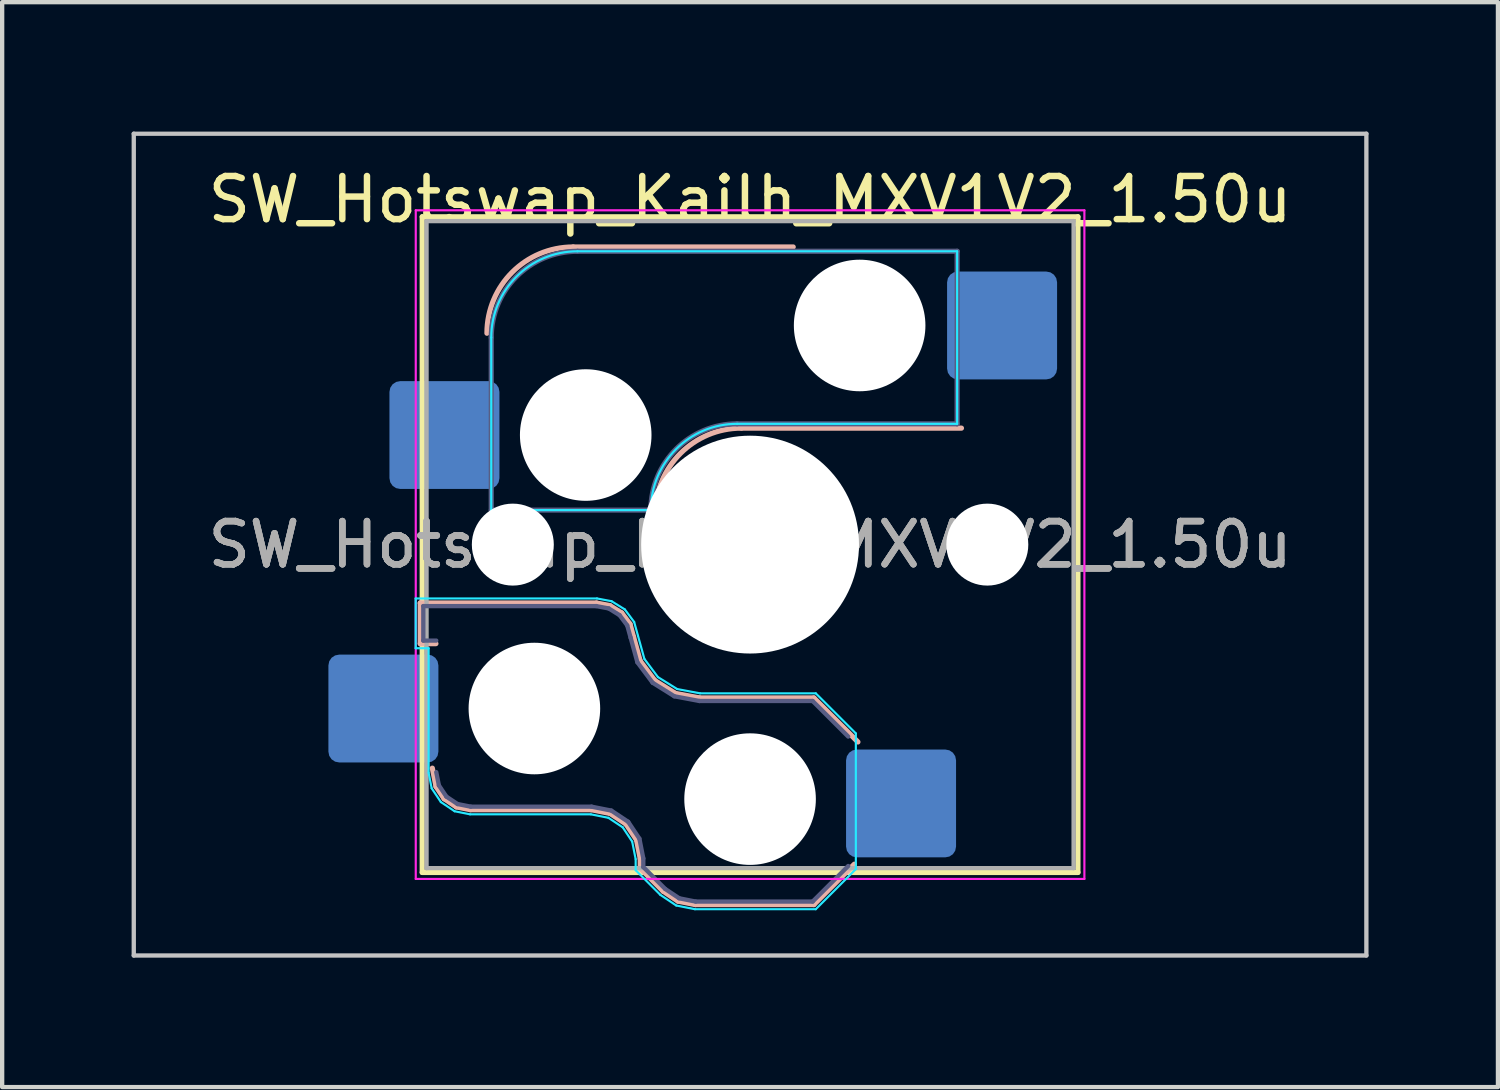
<source format=kicad_pcb>
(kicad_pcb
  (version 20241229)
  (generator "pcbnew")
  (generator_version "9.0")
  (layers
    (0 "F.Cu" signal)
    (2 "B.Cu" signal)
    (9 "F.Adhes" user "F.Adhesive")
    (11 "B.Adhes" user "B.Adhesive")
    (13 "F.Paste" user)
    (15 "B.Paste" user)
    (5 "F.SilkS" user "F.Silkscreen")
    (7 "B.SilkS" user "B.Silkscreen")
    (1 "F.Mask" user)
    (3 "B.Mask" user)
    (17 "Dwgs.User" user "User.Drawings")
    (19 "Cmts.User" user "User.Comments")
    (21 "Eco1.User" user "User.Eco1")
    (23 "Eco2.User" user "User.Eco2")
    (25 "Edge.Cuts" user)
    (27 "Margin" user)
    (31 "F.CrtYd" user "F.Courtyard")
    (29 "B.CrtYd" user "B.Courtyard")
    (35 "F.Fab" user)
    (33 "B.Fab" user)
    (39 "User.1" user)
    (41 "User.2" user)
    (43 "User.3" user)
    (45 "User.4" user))
  (footprint "SW_Hotswap_Kailh_MXV1V2_1.50u"
    (layer "F.Cu")
    (at 14.338 9.575)
    (property "Reference" "SW_Hotswap_Kailh_MXV1V2_1.50u" (at 0 -8 0) (layer "F.SilkS") (effects (font (size 1 1) (thickness 0.15))))
    (attr smd)
    (fp_line (start -7.6 -7.6) (end -7.6 7.6) (stroke (width 0.12) (type solid)) (layer "F.SilkS"))
    (fp_line (start -7.6 7.6) (end 7.6 7.6) (stroke (width 0.12) (type solid)) (layer "F.SilkS"))
    (fp_line (start 7.6 -7.6) (end -7.6 -7.6) (stroke (width 0.12) (type solid)) (layer "F.SilkS"))
    (fp_line (start 7.6 7.6) (end 7.6 -7.6) (stroke (width 0.12) (type solid)) (layer "F.SilkS"))
    (fp_line (start -7.646 1.354) (end -3.56 1.354) (stroke (width 0.12) (type solid)) (layer "B.SilkS"))
    (fp_line (start -7.646 2.296) (end -7.646 1.354) (stroke (width 0.12) (type solid)) (layer "B.SilkS"))
    (fp_line (start -7.283 2.296) (end -7.646 2.296) (stroke (width 0.12) (type solid)) (layer "B.SilkS"))
    (fp_line (start -7.281 5.609) (end -7.366 5.182) (stroke (width 0.12) (type solid)) (layer "B.SilkS"))
    (fp_line (start -7.092 5.892) (end -7.281 5.609) (stroke (width 0.12) (type solid)) (layer "B.SilkS"))
    (fp_line (start -6.809 6.081) (end -7.092 5.892) (stroke (width 0.12) (type solid)) (layer "B.SilkS"))
    (fp_line (start -6.482 6.146) (end -6.809 6.081) (stroke (width 0.12) (type solid)) (layer "B.SilkS"))
    (fp_line (start -4.1 -6.9) (end 1 -6.9) (stroke (width 0.12) (type solid)) (layer "B.SilkS"))
    (fp_line (start -3.682 6.146) (end -6.482 6.146) (stroke (width 0.12) (type solid)) (layer "B.SilkS"))
    (fp_line (start -3.56 1.354) (end -3.25 1.413) (stroke (width 0.12) (type solid)) (layer "B.SilkS"))
    (fp_line (start -3.25 1.413) (end -2.976 1.583) (stroke (width 0.12) (type solid)) (layer "B.SilkS"))
    (fp_line (start -3.244 6.233) (end -3.682 6.146) (stroke (width 0.12) (type solid)) (layer "B.SilkS"))
    (fp_line (start -2.976 1.583) (end -2.783 1.841) (stroke (width 0.12) (type solid)) (layer "B.SilkS"))
    (fp_line (start -2.877 6.477) (end -3.244 6.233) (stroke (width 0.12) (type solid)) (layer "B.SilkS"))
    (fp_line (start -2.783 1.841) (end -2.701 2.139) (stroke (width 0.12) (type solid)) (layer "B.SilkS"))
    (fp_line (start -2.701 2.139) (end -2.547 2.697) (stroke (width 0.12) (type solid)) (layer "B.SilkS"))
    (fp_line (start -2.633 6.844) (end -2.877 6.477) (stroke (width 0.12) (type solid)) (layer "B.SilkS"))
    (fp_line (start -2.547 2.697) (end -2.209 3.15) (stroke (width 0.12) (type solid)) (layer "B.SilkS"))
    (fp_line (start -2.546 7.282) (end -2.633 6.844) (stroke (width 0.12) (type solid)) (layer "B.SilkS"))
    (fp_line (start -2.546 7.504) (end -2.546 7.282) (stroke (width 0.12) (type solid)) (layer "B.SilkS"))
    (fp_line (start -2.209 3.15) (end -1.73 3.449) (stroke (width 0.12) (type solid)) (layer "B.SilkS"))
    (fp_line (start -2.013 8.037) (end -2.546 7.504) (stroke (width 0.12) (type solid)) (layer "B.SilkS"))
    (fp_line (start -1.73 3.449) (end -1.168 3.554) (stroke (width 0.12) (type solid)) (layer "B.SilkS"))
    (fp_line (start -1.671 8.266) (end -2.013 8.037) (stroke (width 0.12) (type solid)) (layer "B.SilkS"))
    (fp_line (start -1.268 8.346) (end -1.671 8.266) (stroke (width 0.12) (type solid)) (layer "B.SilkS"))
    (fp_line (start -1.168 3.554) (end 1.479 3.554) (stroke (width 0.12) (type solid)) (layer "B.SilkS"))
    (fp_line (start -0.2 -2.7) (end 4.9 -2.7) (stroke (width 0.12) (type solid)) (layer "B.SilkS"))
    (fp_line (start 1.479 3.554) (end 2.5 4.575) (stroke (width 0.12) (type solid)) (layer "B.SilkS"))
    (fp_line (start 1.479 8.346) (end -1.268 8.346) (stroke (width 0.12) (type solid)) (layer "B.SilkS"))
    (fp_line (start 2.416 7.409) (end 1.479 8.346) (stroke (width 0.12) (type solid)) (layer "B.SilkS"))
    (fp_arc (start -6.1 -4.9) (mid -5.514214 -6.314214) (end -4.1 -6.9) (stroke (width 0.12) (type solid)) (layer "B.SilkS"))
    (fp_arc (start -2.2 -0.7) (mid -1.614214 -2.114214) (end -0.2 -2.7) (stroke (width 0.12) (type solid)) (layer "B.SilkS"))
    (fp_line (start -14.287 -9.525) (end -14.287 9.525) (stroke (width 0.1) (type solid)) (layer "Dwgs.User"))
    (fp_line (start -14.287 9.525) (end 14.287 9.525) (stroke (width 0.1) (type solid)) (layer "Dwgs.User"))
    (fp_line (start 14.287 -9.525) (end -14.287 -9.525) (stroke (width 0.1) (type solid)) (layer "Dwgs.User"))
    (fp_line (start 14.287 9.525) (end 14.287 -9.525) (stroke (width 0.1) (type solid)) (layer "Dwgs.User"))
    (fp_line (start -7.752 1.248) (end -3.55 1.248) (stroke (width 0.05) (type solid)) (layer "B.CrtYd"))
    (fp_line (start -7.752 2.402) (end -7.752 1.248) (stroke (width 0.05) (type solid)) (layer "B.CrtYd"))
    (fp_line (start -7.452 2.402) (end -7.752 2.402) (stroke (width 0.05) (type solid)) (layer "B.CrtYd"))
    (fp_line (start -7.452 5.292) (end -7.452 2.402) (stroke (width 0.05) (type solid)) (layer "B.CrtYd"))
    (fp_line (start -7.381 5.65) (end -7.452 5.292) (stroke (width 0.05) (type solid)) (layer "B.CrtYd"))
    (fp_line (start -7.168 5.968) (end -7.381 5.65) (stroke (width 0.05) (type solid)) (layer "B.CrtYd"))
    (fp_line (start -6.85 6.181) (end -7.168 5.968) (stroke (width 0.05) (type solid)) (layer "B.CrtYd"))
    (fp_line (start -6.492 6.252) (end -6.85 6.181) (stroke (width 0.05) (type solid)) (layer "B.CrtYd"))
    (fp_line (start -6 -0.8) (end -6 -4.8) (stroke (width 0.05) (type solid)) (layer "B.CrtYd"))
    (fp_line (start -6 -0.8) (end -2.3 -0.8) (stroke (width 0.05) (type solid)) (layer "B.CrtYd"))
    (fp_line (start -4 -6.8) (end 4.8 -6.8) (stroke (width 0.05) (type solid)) (layer "B.CrtYd"))
    (fp_line (start -3.692 6.252) (end -6.492 6.252) (stroke (width 0.05) (type solid)) (layer "B.CrtYd"))
    (fp_line (start -3.55 1.248) (end -3.211 1.312) (stroke (width 0.05) (type solid)) (layer "B.CrtYd"))
    (fp_line (start -3.285 6.333) (end -3.692 6.252) (stroke (width 0.05) (type solid)) (layer "B.CrtYd"))
    (fp_line (start -3.211 1.312) (end -2.903 1.503) (stroke (width 0.05) (type solid)) (layer "B.CrtYd"))
    (fp_line (start -2.953 6.553) (end -3.285 6.333) (stroke (width 0.05) (type solid)) (layer "B.CrtYd"))
    (fp_line (start -2.903 1.503) (end -2.687 1.794) (stroke (width 0.05) (type solid)) (layer "B.CrtYd"))
    (fp_line (start -2.733 6.885) (end -2.953 6.553) (stroke (width 0.05) (type solid)) (layer "B.CrtYd"))
    (fp_line (start -2.687 1.794) (end -2.599 2.111) (stroke (width 0.05) (type solid)) (layer "B.CrtYd"))
    (fp_line (start -2.652 7.292) (end -2.733 6.885) (stroke (width 0.05) (type solid)) (layer "B.CrtYd"))
    (fp_line (start -2.652 7.548) (end -2.652 7.292) (stroke (width 0.05) (type solid)) (layer "B.CrtYd"))
    (fp_line (start -2.599 2.111) (end -2.45 2.65) (stroke (width 0.05) (type solid)) (layer "B.CrtYd"))
    (fp_line (start -2.45 2.65) (end -2.136 3.071) (stroke (width 0.05) (type solid)) (layer "B.CrtYd"))
    (fp_line (start -2.136 3.071) (end -1.691 3.348) (stroke (width 0.05) (type solid)) (layer "B.CrtYd"))
    (fp_line (start -2.081 8.119) (end -2.652 7.548) (stroke (width 0.05) (type solid)) (layer "B.CrtYd"))
    (fp_line (start -1.712 8.366) (end -2.081 8.119) (stroke (width 0.05) (type solid)) (layer "B.CrtYd"))
    (fp_line (start -1.691 3.348) (end -1.159 3.448) (stroke (width 0.05) (type solid)) (layer "B.CrtYd"))
    (fp_line (start -1.278 8.452) (end -1.712 8.366) (stroke (width 0.05) (type solid)) (layer "B.CrtYd"))
    (fp_line (start -1.159 3.448) (end 1.523 3.448) (stroke (width 0.05) (type solid)) (layer "B.CrtYd"))
    (fp_line (start -0.3 -2.8) (end 4.8 -2.8) (stroke (width 0.05) (type solid)) (layer "B.CrtYd"))
    (fp_line (start 1.523 3.448) (end 2.452 4.377) (stroke (width 0.05) (type solid)) (layer "B.CrtYd"))
    (fp_line (start 1.523 8.452) (end -1.278 8.452) (stroke (width 0.05) (type solid)) (layer "B.CrtYd"))
    (fp_line (start 2.452 4.377) (end 2.452 7.523) (stroke (width 0.05) (type solid)) (layer "B.CrtYd"))
    (fp_line (start 2.452 7.523) (end 1.523 8.452) (stroke (width 0.05) (type solid)) (layer "B.CrtYd"))
    (fp_line (start 4.8 -6.8) (end 4.8 -2.8) (stroke (width 0.05) (type solid)) (layer "B.CrtYd"))
    (fp_arc (start -6 -4.8) (mid -5.414214 -6.214214) (end -4 -6.8) (stroke (width 0.05) (type solid)) (layer "B.CrtYd"))
    (fp_arc (start -2.3 -0.8) (mid -1.714214 -2.214214) (end -0.3 -2.8) (stroke (width 0.05) (type solid)) (layer "B.CrtYd"))
    (fp_line (start -7.75 -7.75) (end -7.75 7.75) (stroke (width 0.05) (type solid)) (layer "F.CrtYd"))
    (fp_line (start -7.75 7.75) (end 7.75 7.75) (stroke (width 0.05) (type solid)) (layer "F.CrtYd"))
    (fp_line (start 7.75 -7.75) (end -7.75 -7.75) (stroke (width 0.05) (type solid)) (layer "F.CrtYd"))
    (fp_line (start 7.75 7.75) (end 7.75 -7.75) (stroke (width 0.05) (type solid)) (layer "F.CrtYd"))
    (fp_line (start -7.575 1.425) (end -3.567 1.425) (stroke (width 0.1) (type solid)) (layer "B.Fab"))
    (fp_line (start -7.575 2.225) (end -7.575 1.425) (stroke (width 0.1) (type solid)) (layer "B.Fab"))
    (fp_line (start -7.275 2.225) (end -7.575 2.225) (stroke (width 0.1) (type solid)) (layer "B.Fab"))
    (fp_line (start -7.214 5.581) (end -7.275 5.275) (stroke (width 0.1) (type solid)) (layer "B.Fab"))
    (fp_line (start -7.041 5.841) (end -7.214 5.581) (stroke (width 0.1) (type solid)) (layer "B.Fab"))
    (fp_line (start -6.781 6.014) (end -7.041 5.841) (stroke (width 0.1) (type solid)) (layer "B.Fab"))
    (fp_line (start -6.475 6.075) (end -6.781 6.014) (stroke (width 0.1) (type solid)) (layer "B.Fab"))
    (fp_line (start -6 -0.8) (end -6 -4.8) (stroke (width 0.12) (type solid)) (layer "B.Fab"))
    (fp_line (start -6 -0.8) (end -2.3 -0.8) (stroke (width 0.12) (type solid)) (layer "B.Fab"))
    (fp_line (start -4 -6.8) (end 4.8 -6.8) (stroke (width 0.12) (type solid)) (layer "B.Fab"))
    (fp_line (start -3.675 6.075) (end -6.475 6.075) (stroke (width 0.1) (type solid)) (layer "B.Fab"))
    (fp_line (start -3.567 1.425) (end -3.276 1.48) (stroke (width 0.1) (type solid)) (layer "B.Fab"))
    (fp_line (start -3.276 1.48) (end -3.025 1.636) (stroke (width 0.1) (type solid)) (layer "B.Fab"))
    (fp_line (start -3.216 6.166) (end -3.675 6.075) (stroke (width 0.1) (type solid)) (layer "B.Fab"))
    (fp_line (start -3.025 1.636) (end -2.848 1.873) (stroke (width 0.1) (type solid)) (layer "B.Fab"))
    (fp_line (start -2.848 1.873) (end -2.769 2.158) (stroke (width 0.1) (type solid)) (layer "B.Fab"))
    (fp_line (start -2.826 6.426) (end -3.216 6.166) (stroke (width 0.1) (type solid)) (layer "B.Fab"))
    (fp_line (start -2.769 2.158) (end -2.612 2.729) (stroke (width 0.1) (type solid)) (layer "B.Fab"))
    (fp_line (start -2.612 2.729) (end -2.258 3.203) (stroke (width 0.1) (type solid)) (layer "B.Fab"))
    (fp_line (start -2.566 6.816) (end -2.826 6.426) (stroke (width 0.1) (type solid)) (layer "B.Fab"))
    (fp_line (start -2.475 7.275) (end -2.566 6.816) (stroke (width 0.1) (type solid)) (layer "B.Fab"))
    (fp_line (start -2.475 7.475) (end -2.475 7.275) (stroke (width 0.1) (type solid)) (layer "B.Fab"))
    (fp_line (start -2.258 3.203) (end -1.756 3.516) (stroke (width 0.1) (type solid)) (layer "B.Fab"))
    (fp_line (start -1.968 7.982) (end -2.475 7.475) (stroke (width 0.1) (type solid)) (layer "B.Fab"))
    (fp_line (start -1.756 3.516) (end -1.175 3.625) (stroke (width 0.1) (type solid)) (layer "B.Fab"))
    (fp_line (start -1.643 8.199) (end -1.968 7.982) (stroke (width 0.1) (type solid)) (layer "B.Fab"))
    (fp_line (start -1.261 8.275) (end -1.643 8.199) (stroke (width 0.1) (type solid)) (layer "B.Fab"))
    (fp_line (start -1.175 3.625) (end 1.45 3.625) (stroke (width 0.1) (type solid)) (layer "B.Fab"))
    (fp_line (start -0.3 -2.8) (end 4.8 -2.8) (stroke (width 0.12) (type solid)) (layer "B.Fab"))
    (fp_line (start 1.45 3.625) (end 2.275 4.45) (stroke (width 0.1) (type solid)) (layer "B.Fab"))
    (fp_line (start 1.45 8.275) (end -1.261 8.275) (stroke (width 0.1) (type solid)) (layer "B.Fab"))
    (fp_line (start 2.275 7.45) (end 1.45 8.275) (stroke (width 0.1) (type solid)) (layer "B.Fab"))
    (fp_line (start 4.8 -6.8) (end 4.8 -2.8) (stroke (width 0.12) (type solid)) (layer "B.Fab"))
    (fp_arc (start -6 -4.8) (mid -5.414214 -6.214214) (end -4 -6.8) (stroke (width 0.12) (type solid)) (layer "B.Fab"))
    (fp_arc (start -2.3 -0.8) (mid -1.714214 -2.214214) (end -0.3 -2.8) (stroke (width 0.12) (type solid)) (layer "B.Fab"))
    (fp_line (start -7.5 -7.5) (end -7.5 7.5) (stroke (width 0.1) (type solid)) (layer "F.Fab"))
    (fp_line (start -7.5 7.5) (end 7.5 7.5) (stroke (width 0.1) (type solid)) (layer "F.Fab"))
    (fp_line (start 7.5 -7.5) (end -7.5 -7.5) (stroke (width 0.1) (type solid)) (layer "F.Fab"))
    (fp_line (start 7.5 7.5) (end 7.5 -7.5) (stroke (width 0.1) (type solid)) (layer "F.Fab"))
    (fp_text user "${REFERENCE}" (at 0 0 180) (layer "F.Fab") (effects (font (size 1 1) (thickness 0.15))))
    (fp_text user "${REFERENCE}" (at 0 0 0) (layer "F.Fab") (effects (font (size 1 1) (thickness 0.15))))
    (fp_text user "${REFERENCE}" (at 0 0 180) (layer "F.Fab") (effects (font (size 1 1) (thickness 0.15))))
    (pad "" np_thru_hole circle (at -5.5 0 180) (size 1.9 1.9) (drill 1.9) (layers "*.Cu" "*.Mask"))
    (pad "" np_thru_hole circle (at -5 3.8 180) (size 3.05 3.05) (drill 3.05) (layers "*.Cu" "*.Mask"))
    (pad "" np_thru_hole circle (at -3.81 -2.54) (size 3.05 3.05) (drill 3.05) (layers "*.Cu" "*.Mask"))
    (pad "" np_thru_hole circle (at 0 0 180) (size 5.05 5.05) (drill 5.05) (layers "*.Cu" "*.Mask"))
    (pad "" np_thru_hole circle (at 0 5.9 180) (size 3.05 3.05) (drill 3.05) (layers "*.Cu" "*.Mask"))
    (pad "" np_thru_hole circle (at 2.54 -5.08) (size 3.05 3.05) (drill 3.05) (layers "*.Cu" "*.Mask"))
    (pad "" np_thru_hole circle (at 5.5 0 180) (size 1.9 1.9) (drill 1.9) (layers "*.Cu" "*.Mask"))
    (pad "1" smd roundrect (at -7.085 -2.54) (size 2.55 2.5) (layers "B.Cu" "B.Mask" "B.Paste") (roundrect_rratio 0.1))
    (pad "1" smd roundrect (at 3.5 6 180) (size 2.55 2.5) (layers "B.Cu" "B.Mask" "B.Paste") (roundrect_rratio 0.1))
    (pad "2" smd roundrect (at -8.5 3.8 180) (size 2.55 2.5) (layers "B.Cu" "B.Mask" "B.Paste") (roundrect_rratio 0.1))
    (pad "2" smd roundrect (at 5.842 -5.08) (size 2.55 2.5) (layers "B.Cu" "B.Mask" "B.Paste") (roundrect_rratio 0.1)))
  (gr_rect
    (start -3 -3)
    (end 31.675 22.15)
    (stroke (width 0.1) (type default))
    (fill no)
    (layer "Edge.Cuts")))
</source>
